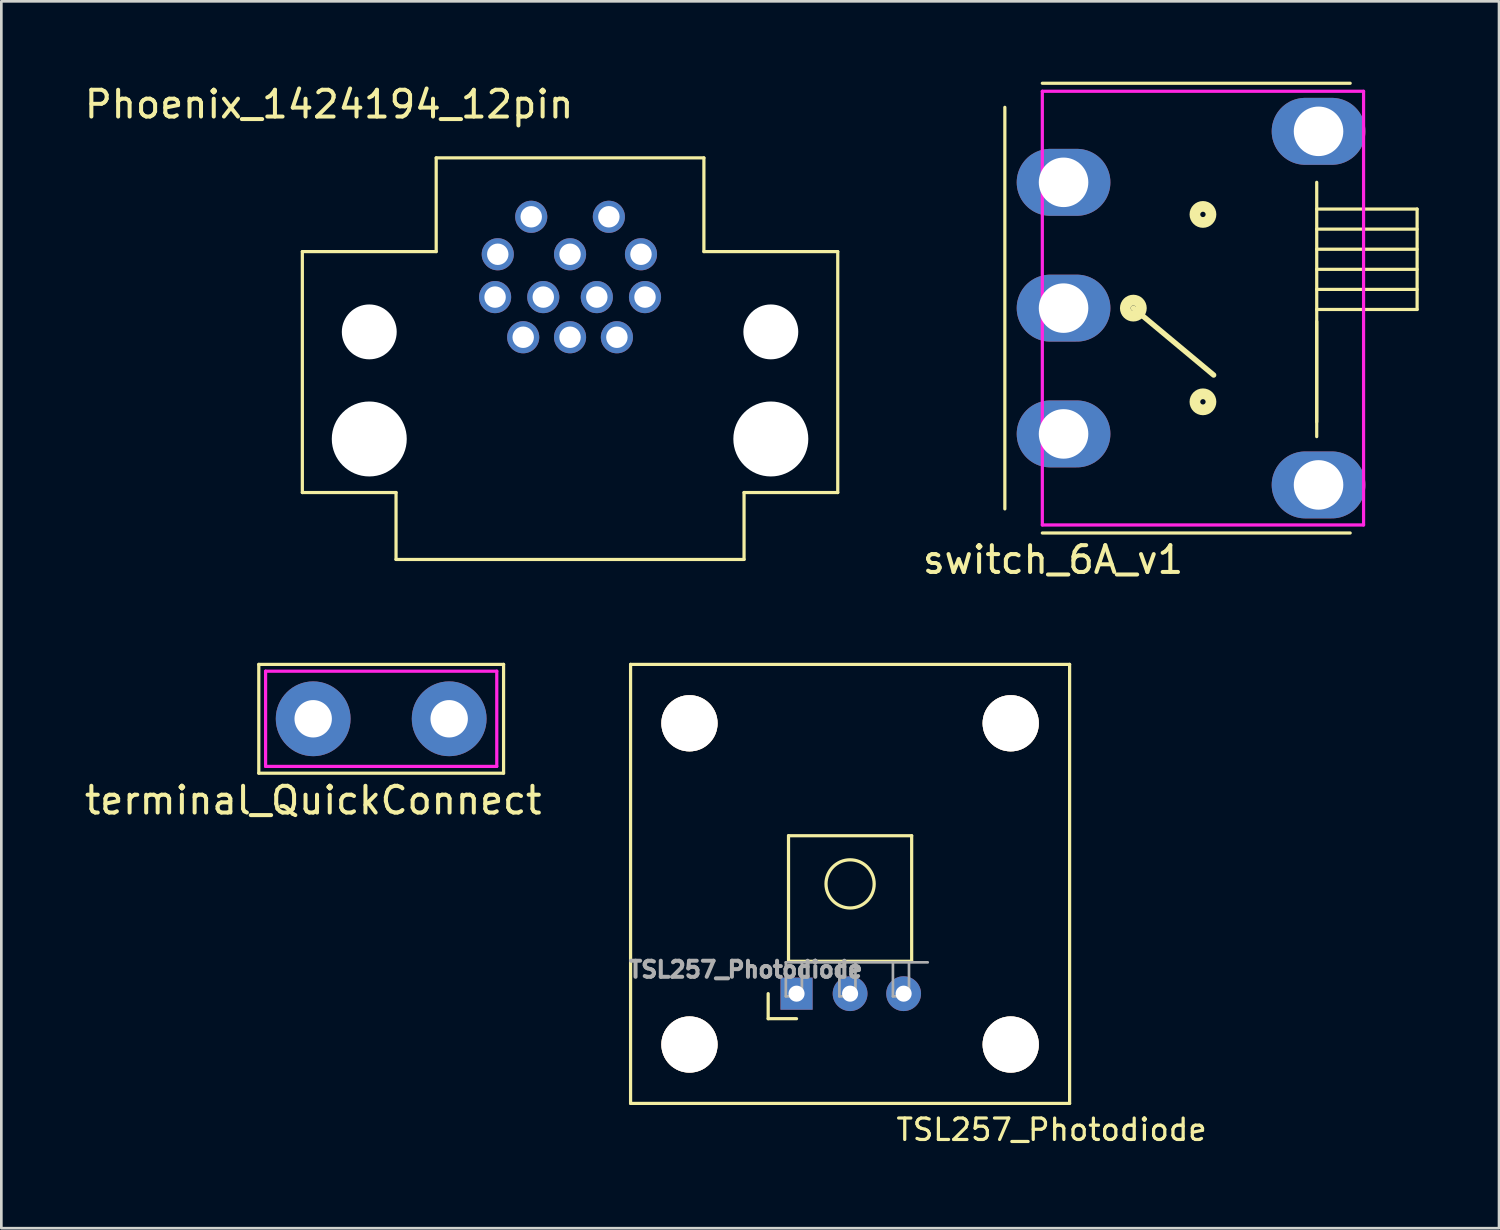
<source format=kicad_pcb>
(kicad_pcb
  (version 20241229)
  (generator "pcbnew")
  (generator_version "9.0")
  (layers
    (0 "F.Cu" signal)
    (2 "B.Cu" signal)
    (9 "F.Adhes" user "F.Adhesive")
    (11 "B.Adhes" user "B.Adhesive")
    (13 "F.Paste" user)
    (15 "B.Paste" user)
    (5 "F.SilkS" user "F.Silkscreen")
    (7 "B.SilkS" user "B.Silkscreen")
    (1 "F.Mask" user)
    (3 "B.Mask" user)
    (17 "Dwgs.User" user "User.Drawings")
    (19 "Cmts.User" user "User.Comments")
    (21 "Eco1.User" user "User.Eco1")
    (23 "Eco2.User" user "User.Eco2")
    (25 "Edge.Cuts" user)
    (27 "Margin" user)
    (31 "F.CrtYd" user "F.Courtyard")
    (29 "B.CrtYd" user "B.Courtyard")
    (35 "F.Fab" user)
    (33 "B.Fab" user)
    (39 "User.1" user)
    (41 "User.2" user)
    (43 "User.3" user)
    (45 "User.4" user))
  (footprint "terminal_QuickConnect"
    (layer "F.Cu")
    (at 11.189 23.8)
    (property "Reference" "terminal_QuickConnect" (at -2.54 3.048 0) (layer "F.SilkS") (effects (font (size 1 1) (thickness 0.15))))
    (attr through_hole)
    (fp_line (start -4.572 -2.032) (end -4.572 2.032) (stroke (width 0.12) (type solid)) (layer "F.SilkS"))
    (fp_line (start 4.572 -2.032) (end -4.572 -2.032) (stroke (width 0.12) (type solid)) (layer "F.SilkS"))
    (fp_line (start 4.572 -2.032) (end 4.572 2.032) (stroke (width 0.12) (type solid)) (layer "F.SilkS"))
    (fp_line (start 4.572 2.032) (end -4.572 2.032) (stroke (width 0.12) (type solid)) (layer "F.SilkS"))
    (fp_line (start -4.318 -1.778) (end 4.318 -1.778) (stroke (width 0.12) (type solid)) (layer "F.CrtYd"))
    (fp_line (start -4.318 1.778) (end -4.318 -1.778) (stroke (width 0.12) (type solid)) (layer "F.CrtYd"))
    (fp_line (start 4.318 -1.778) (end 4.318 1.778) (stroke (width 0.12) (type solid)) (layer "F.CrtYd"))
    (fp_line (start 4.318 1.778) (end -4.318 1.778) (stroke (width 0.12) (type solid)) (layer "F.CrtYd"))
    (pad "1" thru_hole circle (at -2.54 0) (size 2.794 2.794) (drill 1.397) (layers "*.Cu" "*.Mask"))
    (pad "1" thru_hole circle (at 2.54 0) (size 2.794 2.794) (drill 1.397) (layers "*.Cu" "*.Mask")))
  (footprint "TSL257_Photodiode"
    (layer "F.Cu")
    (at 28.705 29.968)
    (property "Reference" "TSL257_Photodiode" (at 7.527 9.182 0) (layer "F.SilkS") (effects (font (size 0.8 0.8) (thickness 0.12))))
    (attr through_hole)
    (fp_line (start -8.2 -8.2) (end -8.2 8.2) (stroke (width 0.12) (type solid)) (layer "F.SilkS"))
    (fp_line (start -8.2 8.2) (end 8.2 8.2) (stroke (width 0.12) (type solid)) (layer "F.SilkS"))
    (fp_line (start -3.06 4.1) (end -3.06 5.035) (stroke (width 0.12) (type solid)) (layer "F.SilkS"))
    (fp_line (start -3.06 5.035) (end -2 5.035) (stroke (width 0.12) (type solid)) (layer "F.SilkS"))
    (fp_line (start -2.3 -1.8) (end -2.3 2.89) (stroke (width 0.12) (type solid)) (layer "F.SilkS"))
    (fp_line (start -2.3 -1.8) (end 2.3 -1.8) (stroke (width 0.12) (type solid)) (layer "F.SilkS"))
    (fp_line (start -2.3 2.89) (end 2.3 2.89) (stroke (width 0.12) (type solid)) (layer "F.SilkS"))
    (fp_line (start 2.3 -1.8) (end 2.3 2.89) (stroke (width 0.12) (type solid)) (layer "F.SilkS"))
    (fp_line (start 8.2 -8.2) (end -8.2 -8.2) (stroke (width 0.12) (type solid)) (layer "F.SilkS"))
    (fp_line (start 8.2 8.2) (end 8.2 -8.2) (stroke (width 0.12) (type solid)) (layer "F.SilkS"))
    (fp_circle (center 0 0) (end 0.9 0) (stroke (width 0.12) (type solid)) (fill no) (layer "F.SilkS"))
    (fp_line (start -2.4 2.93) (end 2.9 2.93) (stroke (width 0.1) (type solid)) (layer "F.Fab"))
    (fp_line (start -2.4 4.2) (end -2.4 2.93) (stroke (width 0.1) (type solid)) (layer "F.Fab"))
    (fp_line (start -1.8 2.93) (end -1.8 4.2) (stroke (width 0.1) (type solid)) (layer "F.Fab"))
    (fp_line (start -1.8 4.2) (end -2.4 4.2) (stroke (width 0.1) (type solid)) (layer "F.Fab"))
    (fp_line (start -0.4 4.2) (end -0.4 2.93) (stroke (width 0.1) (type solid)) (layer "F.Fab"))
    (fp_line (start 0.2 2.93) (end 0.2 4.2) (stroke (width 0.1) (type solid)) (layer "F.Fab"))
    (fp_line (start 0.2 4.2) (end -0.4 4.2) (stroke (width 0.1) (type solid)) (layer "F.Fab"))
    (fp_line (start 1.6 4.2) (end 1.6 2.93) (stroke (width 0.1) (type solid)) (layer "F.Fab"))
    (fp_line (start 2.2 2.93) (end 2.2 4.2) (stroke (width 0.1) (type solid)) (layer "F.Fab"))
    (fp_line (start 2.2 4.2) (end 1.6 4.2) (stroke (width 0.1) (type solid)) (layer "F.Fab"))
    (fp_text user "${REFERENCE}" (at -3.9 3.2 0) (layer "F.Fab") (effects (font (size 0.6 0.6) (thickness 0.15))))
    (pad "" np_thru_hole circle (at -6 -6) (size 2.1 2.1) (drill 2.1) (layers "*.Cu" "*.SilkS" "*.Mask"))
    (pad "" np_thru_hole circle (at -6 6) (size 2.1 2.1) (drill 2.1) (layers "*.Cu" "*.SilkS" "*.Mask"))
    (pad "" np_thru_hole circle (at 6 -6) (size 2.1 2.1) (drill 2.1) (layers "*.Cu" "*.SilkS" "*.Mask"))
    (pad "" np_thru_hole circle (at 6 6) (size 2.1 2.1) (drill 2.1) (layers "*.Cu" "*.SilkS" "*.Mask"))
    (pad "1" thru_hole rect (at -2 4.1) (size 1.2 1.2) (drill 0.6) (layers "*.Cu" "*.Mask"))
    (pad "2" thru_hole oval (at 0 4.1) (size 1.3 1.3) (drill 0.6) (layers "*.Cu" "*.Mask"))
    (pad "3" thru_hole oval (at 2 4.1) (size 1.3 1.3) (drill 0.6) (layers "*.Cu" "*.Mask")))
  (footprint "switch_6A_v1"
    (layer "F.Cu")
    (at 41.886 8.46)
    (property "Reference" "switch_6A_v1" (at -5.6 9.4 0) (layer "F.SilkS") (effects (font (size 1 1) (thickness 0.15))))
    (attr through_hole)
    (fp_line (start -7.4 -7.5) (end -7.4 7.5) (stroke (width 0.12) (type solid)) (layer "F.SilkS"))
    (fp_line (start -6 -8.4) (end 5.5 -8.4) (stroke (width 0.12) (type solid)) (layer "F.SilkS"))
    (fp_line (start -6 8.4) (end 5.5 8.4) (stroke (width 0.12) (type solid)) (layer "F.SilkS"))
    (fp_line (start -2.6 0) (end 0.4 2.5) (stroke (width 0.2) (type solid)) (layer "F.SilkS"))
    (fp_line (start 4.25 -3.7) (end 8 -3.7) (stroke (width 0.12) (type solid)) (layer "F.SilkS"))
    (fp_line (start 4.25 -2.95) (end 8 -2.95) (stroke (width 0.12) (type solid)) (layer "F.SilkS"))
    (fp_line (start 4.25 -2.2) (end 8 -2.2) (stroke (width 0.12) (type solid)) (layer "F.SilkS"))
    (fp_line (start 4.25 -1.45) (end 8 -1.45) (stroke (width 0.12) (type solid)) (layer "F.SilkS"))
    (fp_line (start 4.25 -0.7) (end 8 -0.7) (stroke (width 0.12) (type solid)) (layer "F.SilkS"))
    (fp_line (start 4.25 4.25) (end 4.25 0.5) (stroke (width 0.12) (type solid)) (layer "F.SilkS"))
    (fp_line (start 4.25 4.8) (end 4.25 -4.7) (stroke (width 0.12) (type solid)) (layer "F.SilkS"))
    (fp_line (start 8 -3.7) (end 8 0.05) (stroke (width 0.12) (type solid)) (layer "F.SilkS"))
    (fp_line (start 8 0.05) (end 4.25 0.05) (stroke (width 0.12) (type solid)) (layer "F.SilkS"))
    (fp_circle (center -2.6 0) (end -2.3 0) (stroke (width 0.4) (type solid)) (fill no) (layer "F.SilkS"))
    (fp_circle (center 0 -3.5) (end 0.3 -3.5) (stroke (width 0.4) (type solid)) (fill no) (layer "F.SilkS"))
    (fp_circle (center 0 3.5) (end 0.3 3.5) (stroke (width 0.4) (type solid)) (fill no) (layer "F.SilkS"))
    (fp_line (start -6 -8.1) (end -6 8.1) (stroke (width 0.12) (type solid)) (layer "F.CrtYd"))
    (fp_line (start -6 8.1) (end 6 8.1) (stroke (width 0.12) (type solid)) (layer "F.CrtYd"))
    (fp_line (start 6 -8.1) (end -6 -8.1) (stroke (width 0.12) (type solid)) (layer "F.CrtYd"))
    (fp_line (start 6 8.1) (end 6 -8.1) (stroke (width 0.12) (type solid)) (layer "F.CrtYd"))
    (pad "1" thru_hole oval (at -5.207 -4.699) (size 3.5 2.5) (drill 1.85) (layers "*.Cu" "*.Mask"))
    (pad "2" thru_hole oval (at -5.207 0) (size 3.5 2.5) (drill 1.85) (layers "*.Cu" "*.Mask"))
    (pad "3" thru_hole oval (at -5.207 4.699) (size 3.5 2.5) (drill 1.85) (layers "*.Cu" "*.Mask"))
    (pad "4" thru_hole oval (at 4.318 -6.604) (size 3.5 2.5) (drill 1.85) (layers "*.Cu" "*.Mask"))
    (pad "5" thru_hole oval (at 4.318 6.604) (size 3.5 2.5) (drill 1.85) (layers "*.Cu" "*.Mask")))
  (footprint "Phoenix_1424194_12pin"
    (layer "F.Cu")
    (at 18.244 13.348)
    (property "Reference" "Phoenix_1424194_12pin" (at -9 -12.5 0) (layer "F.SilkS") (effects (font (size 1 1) (thickness 0.15))))
    (attr through_hole)
    (fp_line (start -10 -7) (end -10 2) (stroke (width 0.12) (type solid)) (layer "F.SilkS"))
    (fp_line (start -10 2) (end -6.5 2) (stroke (width 0.12) (type solid)) (layer "F.SilkS"))
    (fp_line (start -6.5 2) (end -6.5 4.5) (stroke (width 0.12) (type solid)) (layer "F.SilkS"))
    (fp_line (start -6.5 4.5) (end 6.5 4.5) (stroke (width 0.12) (type solid)) (layer "F.SilkS"))
    (fp_line (start -5 -10.5) (end -5 -7) (stroke (width 0.12) (type solid)) (layer "F.SilkS"))
    (fp_line (start -5 -7) (end -10 -7) (stroke (width 0.12) (type solid)) (layer "F.SilkS"))
    (fp_line (start 5 -10.5) (end -5 -10.5) (stroke (width 0.12) (type solid)) (layer "F.SilkS"))
    (fp_line (start 5 -7) (end 5 -10.5) (stroke (width 0.12) (type solid)) (layer "F.SilkS"))
    (fp_line (start 6.5 4.5) (end 6.5 2) (stroke (width 0.12) (type solid)) (layer "F.SilkS"))
    (fp_line (start 10 -7) (end 5 -7) (stroke (width 0.12) (type solid)) (layer "F.SilkS"))
    (fp_line (start 10 2) (end 6.5 2) (stroke (width 0.12) (type solid)) (layer "F.SilkS"))
    (fp_line (start 10 2) (end 10 -7) (stroke (width 0.12) (type solid)) (layer "F.SilkS"))
    (pad "" np_thru_hole circle (at -7.5 -4) (size 2.05 2.05) (drill 2.05) (layers "*.Cu" "*.Mask"))
    (pad "" np_thru_hole circle (at -7.5 0) (size 2.8 2.8) (drill 2.8) (layers "*.Cu" "*.Mask"))
    (pad "" np_thru_hole circle (at 7.5 -4) (size 2.05 2.05) (drill 2.05) (layers "*.Cu" "*.Mask"))
    (pad "" np_thru_hole circle (at 7.5 0) (size 2.8 2.8) (drill 2.8) (layers "*.Cu" "*.Mask"))
    (pad "1" thru_hole circle (at 1.45 -8.3) (size 1.2 1.2) (drill 0.8) (layers "*.Cu" "*.Mask"))
    (pad "2" thru_hole circle (at -1.45 -8.3) (size 1.2 1.2) (drill 0.8) (layers "*.Cu" "*.Mask"))
    (pad "3" thru_hole circle (at -2.7 -6.9) (size 1.2 1.2) (drill 0.8) (layers "*.Cu" "*.Mask"))
    (pad "4" thru_hole circle (at -2.8 -5.3) (size 1.2 1.2) (drill 0.8) (layers "*.Cu" "*.Mask"))
    (pad "5" thru_hole circle (at -1.75 -3.8) (size 1.2 1.2) (drill 0.8) (layers "*.Cu" "*.Mask"))
    (pad "6" thru_hole circle (at 0 -3.8) (size 1.2 1.2) (drill 0.8) (layers "*.Cu" "*.Mask"))
    (pad "7" thru_hole circle (at 1.75 -3.8) (size 1.2 1.2) (drill 0.8) (layers "*.Cu" "*.Mask"))
    (pad "8" thru_hole circle (at 2.8 -5.3) (size 1.2 1.2) (drill 0.8) (layers "*.Cu" "*.Mask"))
    (pad "9" thru_hole circle (at 2.65 -6.9) (size 1.2 1.2) (drill 0.8) (layers "*.Cu" "*.Mask"))
    (pad "10" thru_hole circle (at 0 -6.9) (size 1.2 1.2) (drill 0.8) (layers "*.Cu" "*.Mask"))
    (pad "11" thru_hole circle (at -1 -5.3) (size 1.2 1.2) (drill 0.8) (layers "*.Cu" "*.Mask"))
    (pad "12" thru_hole circle (at 1 -5.3) (size 1.2 1.2) (drill 0.8) (layers "*.Cu" "*.Mask")))
  (gr_rect
    (start -3 -3)
    (end 52.946 42.829)
    (stroke (width 0.1) (type default))
    (fill no)
    (layer "Edge.Cuts")))
</source>
